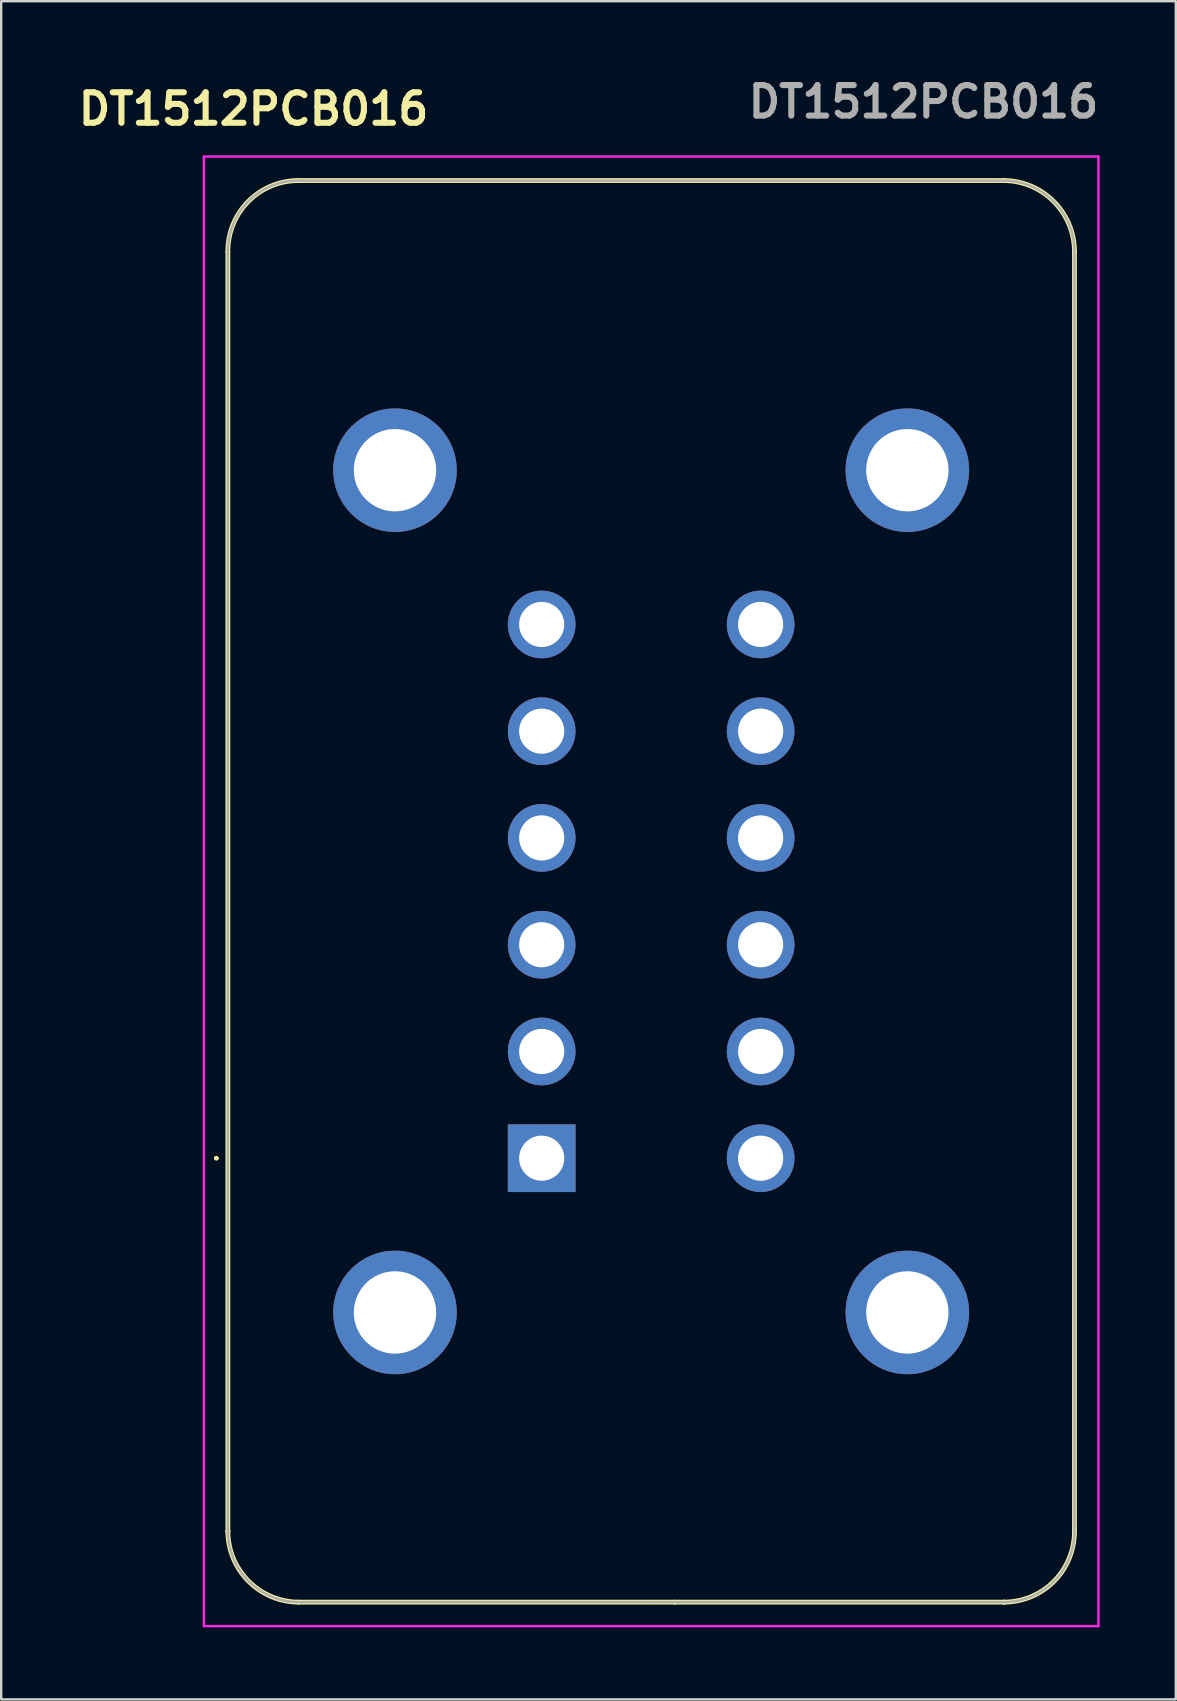
<source format=kicad_pcb>
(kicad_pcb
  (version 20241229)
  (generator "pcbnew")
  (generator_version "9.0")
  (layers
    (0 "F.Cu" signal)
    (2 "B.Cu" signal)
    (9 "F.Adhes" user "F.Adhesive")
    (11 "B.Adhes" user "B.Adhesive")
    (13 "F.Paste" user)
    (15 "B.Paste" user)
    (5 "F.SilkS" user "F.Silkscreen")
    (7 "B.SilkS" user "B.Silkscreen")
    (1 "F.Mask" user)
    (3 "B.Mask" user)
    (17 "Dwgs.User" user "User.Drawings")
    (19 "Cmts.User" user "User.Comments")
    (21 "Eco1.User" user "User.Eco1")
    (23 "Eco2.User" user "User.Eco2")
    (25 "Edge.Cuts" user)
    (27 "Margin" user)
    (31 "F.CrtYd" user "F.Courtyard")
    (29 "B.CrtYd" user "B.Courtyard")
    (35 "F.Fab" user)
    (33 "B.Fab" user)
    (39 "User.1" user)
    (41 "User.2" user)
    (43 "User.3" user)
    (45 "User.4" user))
  (footprint "DT1512PCB016"
    (layer "F.Cu")
    (at 19.511 45.189)
    (property "Reference" "DT1512PCB016" (at -12 -43.7 0) (layer "F.SilkS") (effects (font (size 1.27 1.27) (thickness 0.254))))
    (attr through_hole)
    (fp_line (start -13.6 0) (end -13.6 0) (stroke (width 0.1) (type solid)) (layer "F.SilkS"))
    (fp_line (start -13.5 0) (end -13.5 0) (stroke (width 0.1) (type solid)) (layer "F.SilkS"))
    (fp_line (start -13.07 -37.759) (end -13.07 15.529) (stroke (width 0.2) (type solid)) (layer "F.SilkS"))
    (fp_line (start -13.07 15.529) (end -13.07 15.529) (stroke (width 0.2) (type solid)) (layer "F.SilkS"))
    (fp_line (start -10.132 -40.72) (end -10.132 -40.72) (stroke (width 0.2) (type solid)) (layer "F.SilkS"))
    (fp_line (start -10.132 18.49) (end 5.539 18.49) (stroke (width 0.2) (type solid)) (layer "F.SilkS"))
    (fp_line (start 5.539 18.49) (end 19.252 18.49) (stroke (width 0.2) (type solid)) (layer "F.SilkS"))
    (fp_line (start 19.252 -40.72) (end -10.132 -40.72) (stroke (width 0.2) (type solid)) (layer "F.SilkS"))
    (fp_line (start 19.252 18.49) (end 19.252 18.49) (stroke (width 0.2) (type solid)) (layer "F.SilkS"))
    (fp_line (start 22.19 -37.759) (end 22.19 -37.759) (stroke (width 0.2) (type solid)) (layer "F.SilkS"))
    (fp_line (start 22.19 15.529) (end 22.19 -37.759) (stroke (width 0.2) (type solid)) (layer "F.SilkS"))
    (fp_arc (start -13.6 0) (mid -13.55 -0.05) (end -13.5 0) (stroke (width 0.1) (type solid)) (layer "F.SilkS"))
    (fp_arc (start -13.5 0) (mid -13.55 0.05) (end -13.6 0) (stroke (width 0.1) (type solid)) (layer "F.SilkS"))
    (fp_arc (start -13.069928 -37.761489) (mid -12.216719 -39.852215) (end -10.132 -40.72) (stroke (width 0.2) (type solid)) (layer "F.SilkS"))
    (fp_arc (start -10.129672 18.489928) (mid -12.210039 17.615422) (end -13.07 15.529) (stroke (width 0.2) (type solid)) (layer "F.SilkS"))
    (fp_arc (start 19.249672 -40.719928) (mid 21.330039 -39.845422) (end 22.19 -37.759) (stroke (width 0.2) (type solid)) (layer "F.SilkS"))
    (fp_arc (start 22.189928 15.531489) (mid 21.336719 17.622215) (end 19.252 18.49) (stroke (width 0.2) (type solid)) (layer "F.SilkS"))
    (fp_line (start -14.07 -41.72) (end -14.07 19.49) (stroke (width 0.1) (type solid)) (layer "F.CrtYd"))
    (fp_line (start -14.07 19.49) (end 23.19 19.49) (stroke (width 0.1) (type solid)) (layer "F.CrtYd"))
    (fp_line (start 23.19 -41.72) (end -14.07 -41.72) (stroke (width 0.1) (type solid)) (layer "F.CrtYd"))
    (fp_line (start 23.19 19.49) (end 23.19 -41.72) (stroke (width 0.1) (type solid)) (layer "F.CrtYd"))
    (fp_line (start -13.07 -37.759) (end -13.07 15.529) (stroke (width 0.1) (type solid)) (layer "F.Fab"))
    (fp_line (start -13.07 15.529) (end -13.07 15.529) (stroke (width 0.1) (type solid)) (layer "F.Fab"))
    (fp_line (start -10.132 -40.72) (end -10.132 -40.72) (stroke (width 0.1) (type solid)) (layer "F.Fab"))
    (fp_line (start -10.132 18.49) (end 4.56 18.49) (stroke (width 0.1) (type solid)) (layer "F.Fab"))
    (fp_line (start 4.56 18.49) (end 19.252 18.49) (stroke (width 0.1) (type solid)) (layer "F.Fab"))
    (fp_line (start 19.252 -40.72) (end -10.132 -40.72) (stroke (width 0.1) (type solid)) (layer "F.Fab"))
    (fp_line (start 19.252 18.49) (end 19.252 18.49) (stroke (width 0.1) (type solid)) (layer "F.Fab"))
    (fp_line (start 22.19 -37.759) (end 22.19 -37.759) (stroke (width 0.1) (type solid)) (layer "F.Fab"))
    (fp_line (start 22.19 15.529) (end 22.19 -37.759) (stroke (width 0.1) (type solid)) (layer "F.Fab"))
    (fp_arc (start -13.069928 -37.761489) (mid -12.216719 -39.852215) (end -10.132 -40.72) (stroke (width 0.1) (type solid)) (layer "F.Fab"))
    (fp_arc (start -10.129672 18.489928) (mid -12.210039 17.615422) (end -13.07 15.529) (stroke (width 0.1) (type solid)) (layer "F.Fab"))
    (fp_arc (start 19.249672 -40.719928) (mid 21.330039 -39.845422) (end 22.19 -37.759) (stroke (width 0.1) (type solid)) (layer "F.Fab"))
    (fp_arc (start 22.189928 15.531489) (mid 21.336719 17.622215) (end 19.252 18.49) (stroke (width 0.1) (type solid)) (layer "F.Fab"))
    (fp_text user "${REFERENCE}" (at 15.9 -44 0) (layer "F.Fab") (effects (font (size 1.27 1.27) (thickness 0.254))))
    (pad "1" thru_hole rect (at 0 0) (size 2.82 2.82) (drill 1.88) (layers "*.Cu" "*.Mask"))
    (pad "2" thru_hole circle (at 0 -4.445) (size 2.82 2.82) (drill 1.88) (layers "*.Cu" "*.Mask"))
    (pad "3" thru_hole circle (at 0 -8.89) (size 2.82 2.82) (drill 1.88) (layers "*.Cu" "*.Mask"))
    (pad "4" thru_hole circle (at 0 -13.34) (size 2.82 2.82) (drill 1.88) (layers "*.Cu" "*.Mask"))
    (pad "5" thru_hole circle (at 0 -17.785) (size 2.82 2.82) (drill 1.88) (layers "*.Cu" "*.Mask"))
    (pad "6" thru_hole circle (at 0 -22.23) (size 2.82 2.82) (drill 1.88) (layers "*.Cu" "*.Mask"))
    (pad "7" thru_hole circle (at 9.12 -22.23) (size 2.82 2.82) (drill 1.88) (layers "*.Cu" "*.Mask"))
    (pad "8" thru_hole circle (at 9.12 -17.785) (size 2.82 2.82) (drill 1.88) (layers "*.Cu" "*.Mask"))
    (pad "9" thru_hole circle (at 9.12 -13.34) (size 2.82 2.82) (drill 1.88) (layers "*.Cu" "*.Mask"))
    (pad "10" thru_hole circle (at 9.12 -8.89) (size 2.82 2.82) (drill 1.88) (layers "*.Cu" "*.Mask"))
    (pad "11" thru_hole circle (at 9.12 -4.445) (size 2.82 2.82) (drill 1.88) (layers "*.Cu" "*.Mask"))
    (pad "12" thru_hole circle (at 9.12 0) (size 2.82 2.82) (drill 1.88) (layers "*.Cu" "*.Mask"))
    (pad "MH1" thru_hole circle (at -6.11 6.425) (size 5.145 5.145) (drill 3.43) (layers "*.Cu" "*.Mask"))
    (pad "MH2" thru_hole circle (at -6.11 -28.655) (size 5.145 5.145) (drill 3.43) (layers "*.Cu" "*.Mask"))
    (pad "MH3" thru_hole circle (at 15.23 -28.655) (size 5.145 5.145) (drill 3.43) (layers "*.Cu" "*.Mask"))
    (pad "MH4" thru_hole circle (at 15.23 6.425) (size 5.145 5.145) (drill 3.43) (layers "*.Cu" "*.Mask")))
  (gr_rect
    (start -3 -3)
    (end 45.922 67.729)
    (stroke (width 0.1) (type default))
    (fill no)
    (layer "Edge.Cuts")))
</source>
